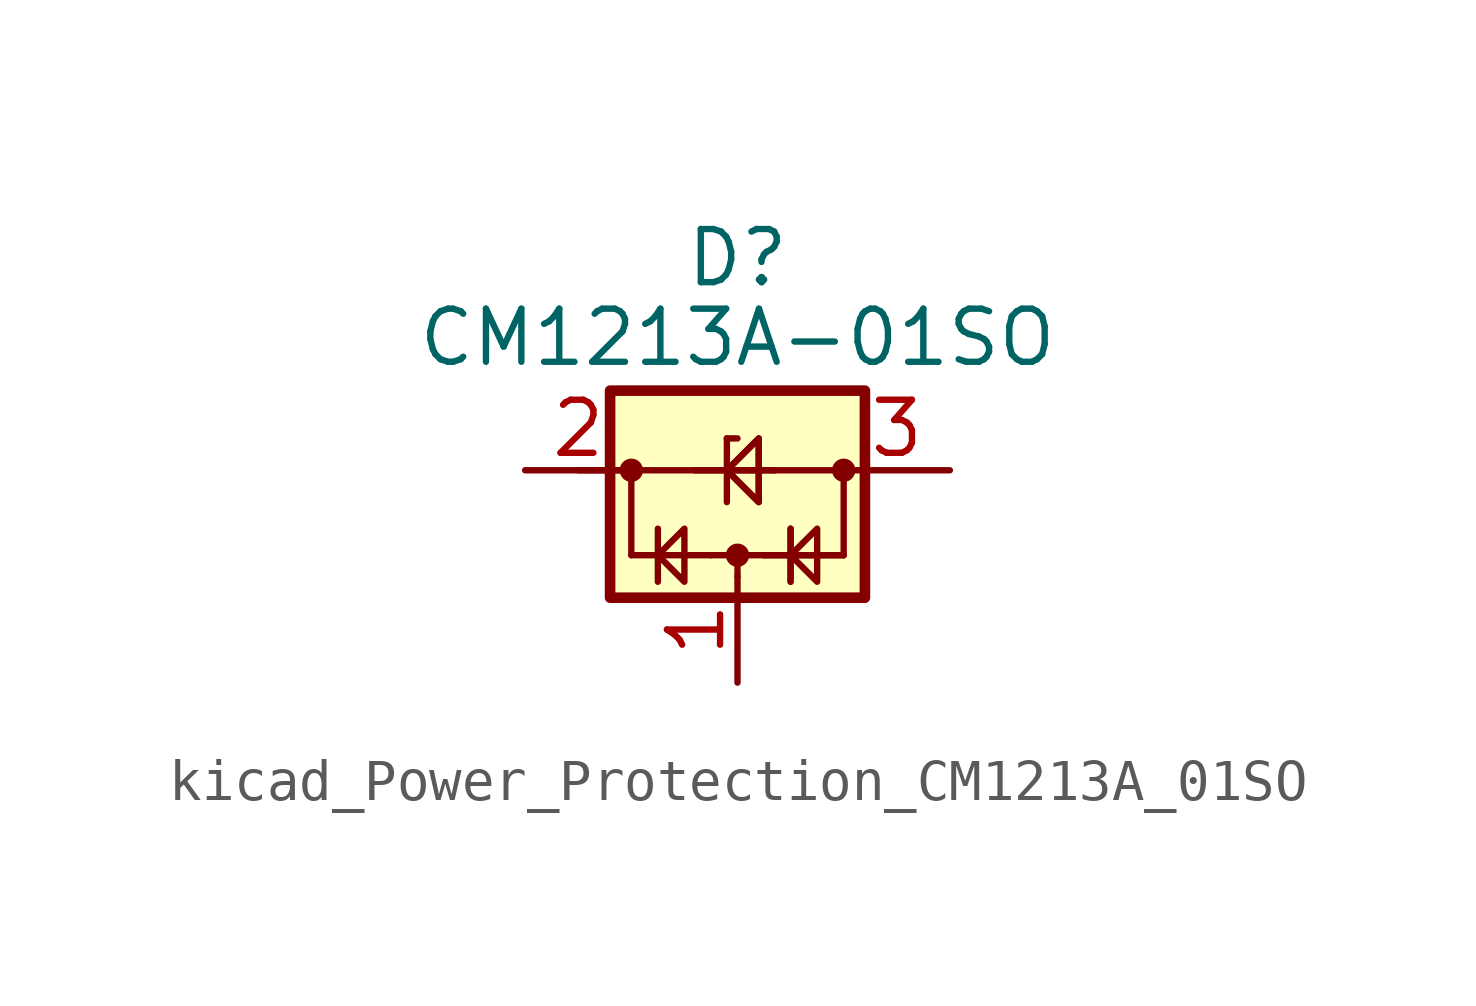
<source format=kicad_sym>
(kicad_symbol_lib
  (version 20220914)
  (generator kicad_symbol_editor)
  (symbol "kicad_Power_Protection_CM1213A_01SO"
    (pin_names hide)
    (property "Reference" "D"
      (at 0 5.08 0)
      (effects (font (size 1.27 1.27))))
    (property "Value" "CM1213A-01SO"
      (at 0 3.175 0)
      (effects (font (size 1.27 1.27))))
    (symbol "kicad_Power_Protection_CM1213A_01SO_0_1"
      (rectangle (start -3.048 -3.048) (end 3.048 1.905) (stroke (width 0.254) (type default)) (fill (type background)))
      (circle (center -2.54 0) (radius 0.203) (stroke (width 0) (type default)) (fill (type outline)))
      (circle (center 0 -2.032) (radius 0.203) (stroke (width 0) (type default)) (fill (type outline)))
      (polyline (pts (xy -2.54 -2.032) (xy -2.54 0)) (stroke (width 0) (type default)) (fill (type none)))
      (polyline (pts (xy -1.905 -2.667) (xy -1.905 -1.397)) (stroke (width 0) (type default)) (fill (type none)))
      (polyline (pts (xy -1.016 0) (xy -3.81 0)) (stroke (width 0) (type default)) (fill (type none)))
      (polyline (pts (xy -0.635 -2.032) (xy -2.54 -2.032)) (stroke (width 0) (type default)) (fill (type none)))
      (polyline (pts (xy -0.635 -2.032) (xy 0.635 -2.032)) (stroke (width 0) (type default)) (fill (type none)))
      (polyline (pts (xy -0.254 -0.762) (xy -0.254 0.762)) (stroke (width 0) (type default)) (fill (type none)))
      (polyline (pts (xy -0.254 0.762) (xy -0.254 0.762)) (stroke (width 0) (type default)) (fill (type none)))
      (polyline (pts (xy 0 -2.54) (xy 0 -2.032)) (stroke (width 0) (type default)) (fill (type none)))
      (polyline (pts (xy 0 0.762) (xy -0.254 0.762)) (stroke (width 0) (type default)) (fill (type none)))
      (polyline (pts (xy 0.889 0) (xy -1.016 0)) (stroke (width 0) (type default)) (fill (type none)))
      (polyline (pts (xy 0.889 0) (xy -1.016 0)) (stroke (width 0) (type default)) (fill (type none)))
      (polyline (pts (xy 0.889 0) (xy 2.54 0)) (stroke (width 0) (type default)) (fill (type none)))
      (polyline (pts (xy 1.27 -2.667) (xy 1.27 -1.397)) (stroke (width 0) (type default)) (fill (type none)))
      (polyline (pts (xy 1.27 -2.667) (xy 1.27 -1.397)) (stroke (width 0) (type default)) (fill (type none)))
      (polyline (pts (xy 2.54 -2.032) (xy 0.635 -2.032)) (stroke (width 0) (type default)) (fill (type none)))
      (polyline (pts (xy 2.54 -2.032) (xy 0.635 -2.032)) (stroke (width 0) (type default)) (fill (type none)))
      (polyline (pts (xy 2.54 -2.032) (xy 2.54 0)) (stroke (width 0) (type default)) (fill (type none)))
      (polyline (pts (xy -1.27 -2.667) (xy -1.27 -1.397) (xy -1.905 -2.032) (xy -1.27 -2.667)) (stroke (width 0) (type default)) (fill (type none)))
      (polyline (pts (xy 0.508 -0.762) (xy 0.508 0.762) (xy -0.254 0) (xy 0.508 -0.762)) (stroke (width 0) (type default)) (fill (type none)))
      (polyline (pts (xy 0.508 -0.762) (xy 0.508 0.762) (xy -0.254 0) (xy 0.508 -0.762)) (stroke (width 0) (type default)) (fill (type none)))
      (polyline (pts (xy 1.905 -2.667) (xy 1.905 -1.397) (xy 1.27 -2.032) (xy 1.905 -2.667)) (stroke (width 0) (type default)) (fill (type none)))
      (circle (center 2.54 0) (radius 0.203) (stroke (width 0) (type default)) (fill (type outline))))
    (symbol "kicad_Power_Protection_CM1213A_01SO_1_1"
      (pin passive line (at 0 -5.08 90) (length 2.54) (name "CH1" (effects (font (size 1.27 1.27)))) (number "1" (effects (font (size 1.27 1.27)))))
      (pin passive line (at -5.08 0 0) (length 2.54) (name "VP" (effects (font (size 1.27 1.27)))) (number "2" (effects (font (size 1.27 1.27)))))
      (pin passive line (at 5.08 0 180) (length 2.54) (name "VN" (effects (font (size 1.27 1.27)))) (number "3" (effects (font (size 1.27 1.27))))))))
</source>
